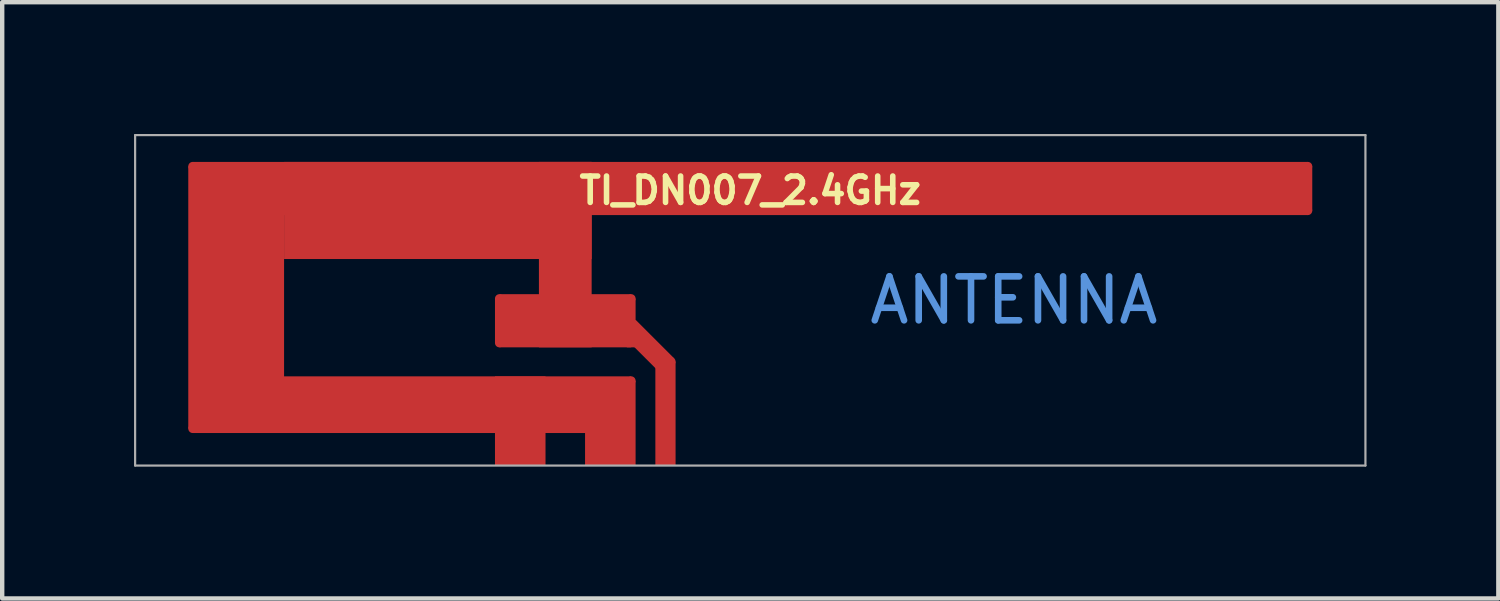
<source format=kicad_pcb>
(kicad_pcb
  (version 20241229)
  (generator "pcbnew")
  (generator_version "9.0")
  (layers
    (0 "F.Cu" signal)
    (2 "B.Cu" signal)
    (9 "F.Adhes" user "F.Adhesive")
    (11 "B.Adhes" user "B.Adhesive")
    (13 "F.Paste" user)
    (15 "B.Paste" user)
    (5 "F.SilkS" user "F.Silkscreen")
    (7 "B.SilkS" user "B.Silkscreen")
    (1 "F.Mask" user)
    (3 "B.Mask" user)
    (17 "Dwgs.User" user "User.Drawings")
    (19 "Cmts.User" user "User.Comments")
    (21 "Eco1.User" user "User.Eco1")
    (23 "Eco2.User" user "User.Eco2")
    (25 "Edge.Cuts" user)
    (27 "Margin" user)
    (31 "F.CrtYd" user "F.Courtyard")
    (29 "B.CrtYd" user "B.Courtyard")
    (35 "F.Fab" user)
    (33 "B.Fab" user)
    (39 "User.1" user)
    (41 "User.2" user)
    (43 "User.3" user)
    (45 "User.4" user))
  (footprint "TI_DN007_2.4GHz"
    (layer "F.Cu")
    (at 14.025 3.785)
    (property "Reference" "TI_DN007_2.4GHz" (at 0 -2.5 0) (layer "F.SilkS") (effects (font (size 0.6 0.6) (thickness 0.127))))
    (attr exclude_from_pos_files exclude_from_bom)
    (fp_line (start -14 -3.76) (end -14 3.76) (stroke (width 0.05) (type solid)) (layer "F.Fab"))
    (fp_line (start -14 3.76) (end 14 3.76) (stroke (width 0.05) (type solid)) (layer "F.Fab"))
    (fp_line (start 14 -3.76) (end -14 -3.76) (stroke (width 0.05) (type solid)) (layer "F.Fab"))
    (fp_line (start 14 -3.76) (end 14 3.76) (stroke (width 0.05) (type solid)) (layer "F.Fab"))
    (fp_text user "ANTENNA" (at 6 0 0) (layer "Cmts.User") (effects (font (size 1 1) (thickness 0.15))))
    (pad "1" connect circle (at -12.69 -3.05 45) (size 0.2 0.2) (layers "F.Cu"))
    (pad "1" connect circle (at -12.69 2.92 45) (size 0.2 0.2) (layers "F.Cu"))
    (pad "1" connect rect (at -11.7 -0.065) (size 2.18 5.97) (layers "F.Cu"))
    (pad "1" connect rect (at -7.7 2.375) (size 9.98 1.29) (layers "F.Cu"))
    (pad "1" connect rect (at -7.11 -2.045) (size 7 2.21) (layers "F.Cu"))
    (pad "1" connect circle (at -5.71 -0.04 45) (size 0.2 0.2) (layers "F.Cu"))
    (pad "1" connect circle (at -5.71 0.97 45) (size 0.2 0.2) (layers "F.Cu"))
    (pad "1" connect rect (at -5.235 2.745) (size 1.15 2.03) (layers "F.Cu"))
    (pad "1" connect rect (at -4.21 -1.04) (size 1.2 4.22) (layers "F.Cu"))
    (pad "1" connect rect (at -4.21 0.465) (size 3 1.21) (layers "F.Cu"))
    (pad "1" connect rect (at -4.21 0.465) (size 3.2 1.01) (layers "F.Cu"))
    (pad "1" connect rect (at -3.185 2.795) (size 1.15 1.93) (layers "F.Cu"))
    (pad "1" connect circle (at -2.71 -0.04 45) (size 0.2 0.2) (layers "F.Cu"))
    (pad "1" connect rect (at -2.71 0.97) (size 0.2 0.2) (layers "F.Cu"))
    (pad "1" connect circle (at -2.71 1.83 45) (size 0.2 0.2) (layers "F.Cu"))
    (pad "1" connect rect (at -2.332 1.046 45) (size 0.46 1.246) (layers "F.Cu"))
    (pad "1" connect circle (at -1.8 1.394 45) (size 0.2 0.2) (layers "F.Cu"))
    (pad "1" connect rect (at 0 -2.545) (size 25.38 1.21) (layers "F.Cu"))
    (pad "1" connect rect (at 12 -2.545) (size 1.58 1.01) (layers "F.Cu"))
    (pad "1" connect circle (at 12.69 -3.05 45) (size 0.2 0.2) (layers "F.Cu"))
    (pad "1" connect circle (at 12.69 -2.04 45) (size 0.2 0.2) (layers "F.Cu"))
    (pad "2" connect rect (at -1.93 2.577) (size 0.46 2.366) (layers "F.Cu")))
  (gr_rect
    (start -3 -3)
    (end 31.05 10.57)
    (stroke (width 0.1) (type default))
    (fill no)
    (layer "Edge.Cuts")))
</source>
